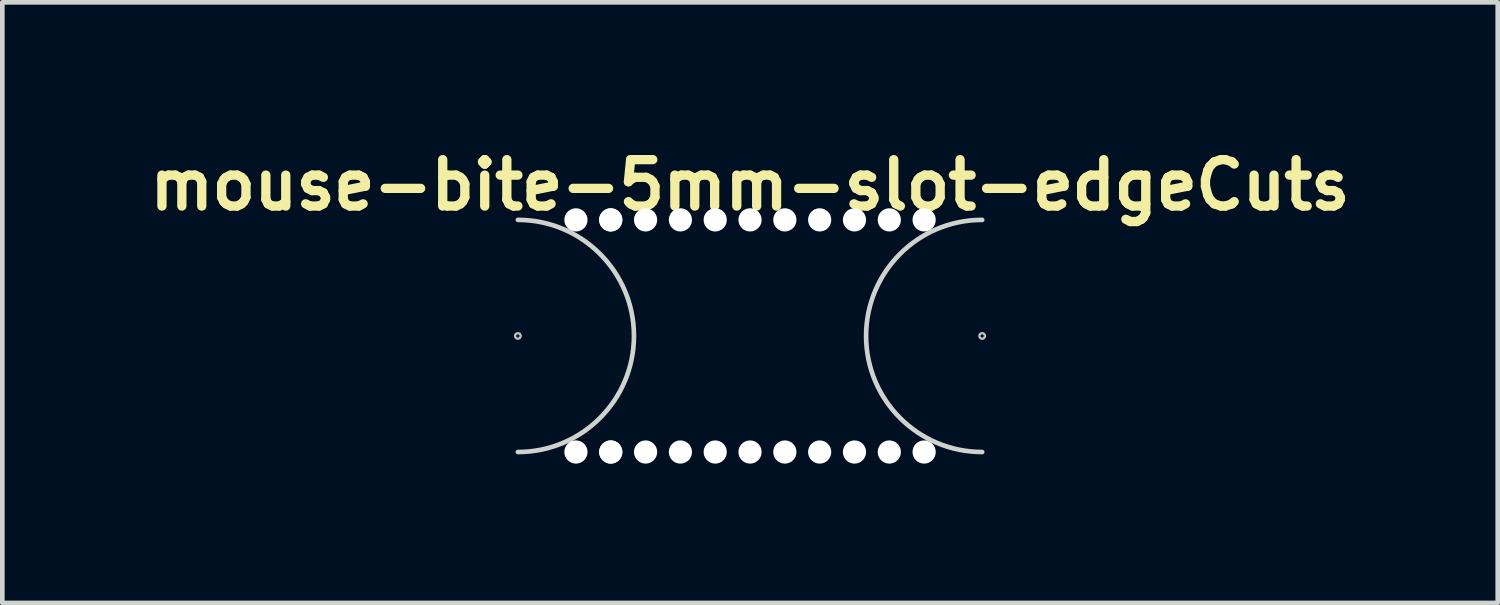
<source format=kicad_pcb>
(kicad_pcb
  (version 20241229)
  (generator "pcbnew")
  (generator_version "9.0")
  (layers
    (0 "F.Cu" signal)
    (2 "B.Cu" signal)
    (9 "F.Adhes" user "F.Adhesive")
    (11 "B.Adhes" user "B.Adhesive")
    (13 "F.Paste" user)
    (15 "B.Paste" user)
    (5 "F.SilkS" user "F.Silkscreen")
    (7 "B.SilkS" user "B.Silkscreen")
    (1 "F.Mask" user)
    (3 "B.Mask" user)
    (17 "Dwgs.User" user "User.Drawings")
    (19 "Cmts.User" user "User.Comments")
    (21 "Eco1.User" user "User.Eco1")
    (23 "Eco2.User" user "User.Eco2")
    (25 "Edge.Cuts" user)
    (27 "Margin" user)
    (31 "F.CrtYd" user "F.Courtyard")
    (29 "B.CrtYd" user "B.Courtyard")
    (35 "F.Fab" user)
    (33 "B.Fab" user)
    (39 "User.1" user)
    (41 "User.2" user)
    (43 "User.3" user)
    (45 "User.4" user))
  (footprint "mouse-bite-5mm-slot-edgeCuts"
    (layer "F.Cu")
    (at 13.105 4.186)
    (property "Reference" "mouse-bite-5mm-slot-edgeCuts" (at 0 -3.25 0) (layer "F.SilkS") (effects (font (size 1 1) (thickness 0.2))))
    (attr through_hole)
    (fp_circle (center -5 0) (end -4.94 0) (stroke (width 0.05) (type solid)) (fill no) (layer "Dwgs.User"))
    (fp_circle (center 5 0) (end 5.06 0) (stroke (width 0.05) (type solid)) (fill no) (layer "Dwgs.User"))
    (fp_line (start -5 0) (end -5 0) (stroke (width 5) (type solid)) (layer "Eco1.User"))
    (fp_line (start 5 0) (end 5 0) (stroke (width 5) (type solid)) (layer "Eco1.User"))
    (fp_arc (start -5 -2.5) (mid -2.5 0) (end -5 2.5) (stroke (width 0.1) (type solid)) (layer "Edge.Cuts"))
    (fp_arc (start 5 2.5) (mid 2.5 0) (end 5 -2.5) (stroke (width 0.1) (type solid)) (layer "Edge.Cuts"))
    (pad "" np_thru_hole circle (at -3.75 -2.5) (size 0.5 0.5) (drill 0.5) (layers "*.Cu" "*.Mask"))
    (pad "" np_thru_hole circle (at -3.75 2.5) (size 0.5 0.5) (drill 0.5) (layers "*.Cu" "*.Mask"))
    (pad "" np_thru_hole circle (at -3 -2.5) (size 0.5 0.5) (drill 0.5) (layers "*.Cu" "*.Mask"))
    (pad "" np_thru_hole circle (at -3 -2.5) (size 0.5 0.5) (drill 0.5) (layers "*.Cu" "*.Mask"))
    (pad "" np_thru_hole circle (at -3 2.5) (size 0.5 0.5) (drill 0.5) (layers "*.Cu" "*.Mask"))
    (pad "" np_thru_hole circle (at -3 2.5) (size 0.5 0.5) (drill 0.5) (layers "*.Cu" "*.Mask"))
    (pad "" np_thru_hole circle (at -2.25 -2.5) (size 0.5 0.5) (drill 0.5) (layers "*.Cu" "*.Mask"))
    (pad "" np_thru_hole circle (at -2.25 2.5) (size 0.5 0.5) (drill 0.5) (layers "*.Cu" "*.Mask"))
    (pad "" np_thru_hole circle (at -1.5 -2.5) (size 0.5 0.5) (drill 0.5) (layers "*.Cu" "*.Mask"))
    (pad "" np_thru_hole circle (at -1.5 2.5) (size 0.5 0.5) (drill 0.5) (layers "*.Cu" "*.Mask"))
    (pad "" np_thru_hole circle (at -0.75 -2.5) (size 0.5 0.5) (drill 0.5) (layers "*.Cu" "*.Mask"))
    (pad "" np_thru_hole circle (at -0.75 2.5) (size 0.5 0.5) (drill 0.5) (layers "*.Cu" "*.Mask"))
    (pad "" np_thru_hole circle (at 0 -2.5) (size 0.5 0.5) (drill 0.5) (layers "*.Cu" "*.Mask"))
    (pad "" np_thru_hole circle (at 0 2.5) (size 0.5 0.5) (drill 0.5) (layers "*.Cu" "*.Mask"))
    (pad "" np_thru_hole circle (at 0.75 -2.5) (size 0.5 0.5) (drill 0.5) (layers "*.Cu" "*.Mask"))
    (pad "" np_thru_hole circle (at 0.75 2.5) (size 0.5 0.5) (drill 0.5) (layers "*.Cu" "*.Mask"))
    (pad "" np_thru_hole circle (at 1.5 -2.5) (size 0.5 0.5) (drill 0.5) (layers "*.Cu" "*.Mask"))
    (pad "" np_thru_hole circle (at 1.5 2.5) (size 0.5 0.5) (drill 0.5) (layers "*.Cu" "*.Mask"))
    (pad "" np_thru_hole circle (at 2.25 -2.5) (size 0.5 0.5) (drill 0.5) (layers "*.Cu" "*.Mask"))
    (pad "" np_thru_hole circle (at 2.25 2.5) (size 0.5 0.5) (drill 0.5) (layers "*.Cu" "*.Mask"))
    (pad "" np_thru_hole circle (at 3 -2.5) (size 0.5 0.5) (drill 0.5) (layers "*.Cu" "*.Mask"))
    (pad "" np_thru_hole circle (at 3 2.5) (size 0.5 0.5) (drill 0.5) (layers "*.Cu" "*.Mask"))
    (pad "" np_thru_hole circle (at 3.75 -2.5) (size 0.5 0.5) (drill 0.5) (layers "*.Cu" "*.Mask"))
    (pad "" np_thru_hole circle (at 3.75 2.5) (size 0.5 0.5) (drill 0.5) (layers "*.Cu" "*.Mask")))
  (gr_rect
    (start -3 -3)
    (end 29.21 9.936)
    (stroke (width 0.1) (type default))
    (fill no)
    (layer "Edge.Cuts")))
</source>
